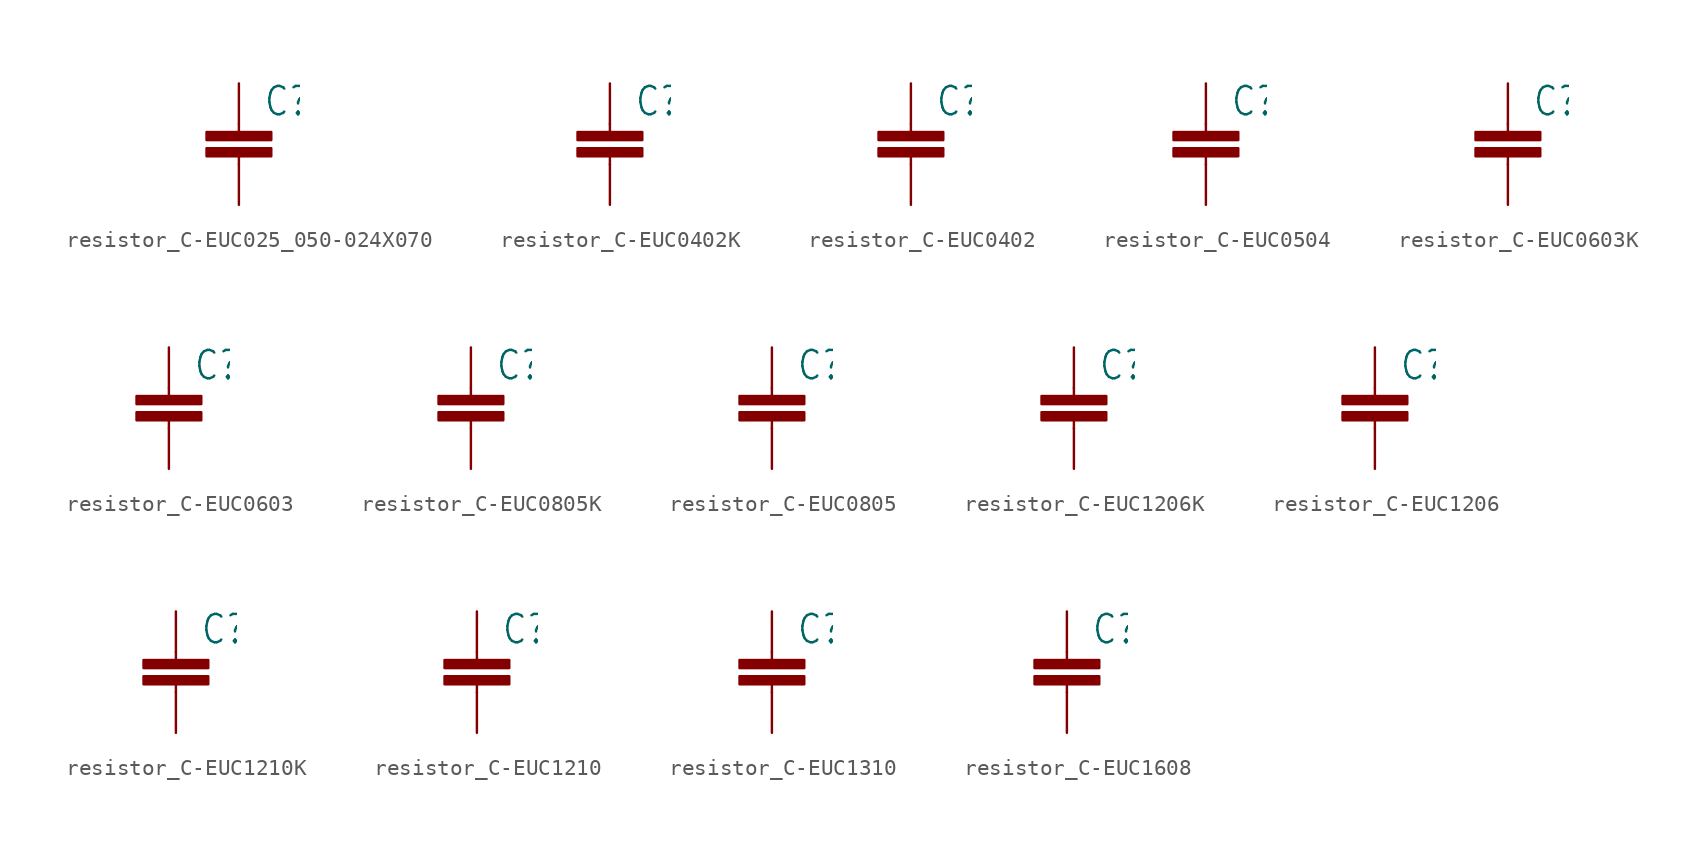
<source format=kicad_sym>
(kicad_symbol_lib
  (version 20241209)
  (generator "kicad_symbol_editor")
  (generator_version "9.0")
  (symbol "resistor_C-EUC025_050-024X070"
    (property "Reference" "C"
      (at 1.524 0.381 0)
      (effects (font (size 1.778 1.511)) (justify left bottom)))
    (property "Value" ""
      (at 1.524 -4.699 0)
      (effects (font (size 1.778 1.511)) (justify left bottom)))
    (property "ki_locked" ""
      (at 0 0 0)
      (effects (font (size 1.27 1.27))))
    (symbol "resistor_C-EUC025_050-024X070_1_0"
      (rectangle (start -2.032 -1.016) (end 2.032 -0.508) (stroke (width 0) (type default)) (fill (type outline)))
      (rectangle (start -2.032 -2.032) (end 2.032 -1.524) (stroke (width 0) (type default)) (fill (type outline)))
      (polyline (pts (xy 0 0) (xy 0 -0.508)) (stroke (width 0.152) (type solid)) (fill (type none)))
      (polyline (pts (xy 0 -2.54) (xy 0 -2.032)) (stroke (width 0.152) (type solid)) (fill (type none)))
      (pin passive line (at 0 2.54 270) (length 2.54) (name "1" (effects (font (size 0 0)))) (number "1" (effects (font (size 0 0)))))
      (pin passive line (at 0 -5.08 90) (length 2.54) (name "2" (effects (font (size 0 0)))) (number "2" (effects (font (size 0 0)))))))
  (symbol "resistor_C-EUC0402K"
    (property "Reference" "C"
      (at 1.524 0.381 0)
      (effects (font (size 1.778 1.511)) (justify left bottom)))
    (property "Value" ""
      (at 1.524 -4.699 0)
      (effects (font (size 1.778 1.511)) (justify left bottom)))
    (property "ki_locked" ""
      (at 0 0 0)
      (effects (font (size 1.27 1.27))))
    (symbol "resistor_C-EUC0402K_1_0"
      (rectangle (start -2.032 -1.016) (end 2.032 -0.508) (stroke (width 0) (type default)) (fill (type outline)))
      (rectangle (start -2.032 -2.032) (end 2.032 -1.524) (stroke (width 0) (type default)) (fill (type outline)))
      (polyline (pts (xy 0 0) (xy 0 -0.508)) (stroke (width 0.152) (type solid)) (fill (type none)))
      (polyline (pts (xy 0 -2.54) (xy 0 -2.032)) (stroke (width 0.152) (type solid)) (fill (type none)))
      (pin passive line (at 0 2.54 270) (length 2.54) (name "1" (effects (font (size 0 0)))) (number "1" (effects (font (size 0 0)))))
      (pin passive line (at 0 -5.08 90) (length 2.54) (name "2" (effects (font (size 0 0)))) (number "2" (effects (font (size 0 0)))))))
  (symbol "resistor_C-EUC0402"
    (property "Reference" "C"
      (at 1.524 0.381 0)
      (effects (font (size 1.778 1.511)) (justify left bottom)))
    (property "Value" ""
      (at 1.524 -4.699 0)
      (effects (font (size 1.778 1.511)) (justify left bottom)))
    (property "ki_locked" ""
      (at 0 0 0)
      (effects (font (size 1.27 1.27))))
    (symbol "resistor_C-EUC0402_1_0"
      (rectangle (start -2.032 -1.016) (end 2.032 -0.508) (stroke (width 0) (type default)) (fill (type outline)))
      (rectangle (start -2.032 -2.032) (end 2.032 -1.524) (stroke (width 0) (type default)) (fill (type outline)))
      (polyline (pts (xy 0 0) (xy 0 -0.508)) (stroke (width 0.152) (type solid)) (fill (type none)))
      (polyline (pts (xy 0 -2.54) (xy 0 -2.032)) (stroke (width 0.152) (type solid)) (fill (type none)))
      (pin passive line (at 0 2.54 270) (length 2.54) (name "1" (effects (font (size 0 0)))) (number "1" (effects (font (size 0 0)))))
      (pin passive line (at 0 -5.08 90) (length 2.54) (name "2" (effects (font (size 0 0)))) (number "2" (effects (font (size 0 0)))))))
  (symbol "resistor_C-EUC0504"
    (property "Reference" "C"
      (at 1.524 0.381 0)
      (effects (font (size 1.778 1.511)) (justify left bottom)))
    (property "Value" ""
      (at 1.524 -4.699 0)
      (effects (font (size 1.778 1.511)) (justify left bottom)))
    (property "ki_locked" ""
      (at 0 0 0)
      (effects (font (size 1.27 1.27))))
    (symbol "resistor_C-EUC0504_1_0"
      (rectangle (start -2.032 -1.016) (end 2.032 -0.508) (stroke (width 0) (type default)) (fill (type outline)))
      (rectangle (start -2.032 -2.032) (end 2.032 -1.524) (stroke (width 0) (type default)) (fill (type outline)))
      (polyline (pts (xy 0 0) (xy 0 -0.508)) (stroke (width 0.152) (type solid)) (fill (type none)))
      (polyline (pts (xy 0 -2.54) (xy 0 -2.032)) (stroke (width 0.152) (type solid)) (fill (type none)))
      (pin passive line (at 0 2.54 270) (length 2.54) (name "1" (effects (font (size 0 0)))) (number "1" (effects (font (size 0 0)))))
      (pin passive line (at 0 -5.08 90) (length 2.54) (name "2" (effects (font (size 0 0)))) (number "2" (effects (font (size 0 0)))))))
  (symbol "resistor_C-EUC0603K"
    (property "Reference" "C"
      (at 1.524 0.381 0)
      (effects (font (size 1.778 1.511)) (justify left bottom)))
    (property "Value" ""
      (at 1.524 -4.699 0)
      (effects (font (size 1.778 1.511)) (justify left bottom)))
    (property "ki_locked" ""
      (at 0 0 0)
      (effects (font (size 1.27 1.27))))
    (symbol "resistor_C-EUC0603K_1_0"
      (rectangle (start -2.032 -1.016) (end 2.032 -0.508) (stroke (width 0) (type default)) (fill (type outline)))
      (rectangle (start -2.032 -2.032) (end 2.032 -1.524) (stroke (width 0) (type default)) (fill (type outline)))
      (polyline (pts (xy 0 0) (xy 0 -0.508)) (stroke (width 0.152) (type solid)) (fill (type none)))
      (polyline (pts (xy 0 -2.54) (xy 0 -2.032)) (stroke (width 0.152) (type solid)) (fill (type none)))
      (pin passive line (at 0 2.54 270) (length 2.54) (name "1" (effects (font (size 0 0)))) (number "1" (effects (font (size 0 0)))))
      (pin passive line (at 0 -5.08 90) (length 2.54) (name "2" (effects (font (size 0 0)))) (number "2" (effects (font (size 0 0)))))))
  (symbol "resistor_C-EUC0603"
    (property "Reference" "C"
      (at 1.524 0.381 0)
      (effects (font (size 1.778 1.511)) (justify left bottom)))
    (property "Value" ""
      (at 1.524 -4.699 0)
      (effects (font (size 1.778 1.511)) (justify left bottom)))
    (property "ki_locked" ""
      (at 0 0 0)
      (effects (font (size 1.27 1.27))))
    (symbol "resistor_C-EUC0603_1_0"
      (rectangle (start -2.032 -1.016) (end 2.032 -0.508) (stroke (width 0) (type default)) (fill (type outline)))
      (rectangle (start -2.032 -2.032) (end 2.032 -1.524) (stroke (width 0) (type default)) (fill (type outline)))
      (polyline (pts (xy 0 0) (xy 0 -0.508)) (stroke (width 0.152) (type solid)) (fill (type none)))
      (polyline (pts (xy 0 -2.54) (xy 0 -2.032)) (stroke (width 0.152) (type solid)) (fill (type none)))
      (pin passive line (at 0 2.54 270) (length 2.54) (name "1" (effects (font (size 0 0)))) (number "1" (effects (font (size 0 0)))))
      (pin passive line (at 0 -5.08 90) (length 2.54) (name "2" (effects (font (size 0 0)))) (number "2" (effects (font (size 0 0)))))))
  (symbol "resistor_C-EUC0805K"
    (property "Reference" "C"
      (at 1.524 0.381 0)
      (effects (font (size 1.778 1.511)) (justify left bottom)))
    (property "Value" ""
      (at 1.524 -4.699 0)
      (effects (font (size 1.778 1.511)) (justify left bottom)))
    (property "ki_locked" ""
      (at 0 0 0)
      (effects (font (size 1.27 1.27))))
    (symbol "resistor_C-EUC0805K_1_0"
      (rectangle (start -2.032 -1.016) (end 2.032 -0.508) (stroke (width 0) (type default)) (fill (type outline)))
      (rectangle (start -2.032 -2.032) (end 2.032 -1.524) (stroke (width 0) (type default)) (fill (type outline)))
      (polyline (pts (xy 0 0) (xy 0 -0.508)) (stroke (width 0.152) (type solid)) (fill (type none)))
      (polyline (pts (xy 0 -2.54) (xy 0 -2.032)) (stroke (width 0.152) (type solid)) (fill (type none)))
      (pin passive line (at 0 2.54 270) (length 2.54) (name "1" (effects (font (size 0 0)))) (number "1" (effects (font (size 0 0)))))
      (pin passive line (at 0 -5.08 90) (length 2.54) (name "2" (effects (font (size 0 0)))) (number "2" (effects (font (size 0 0)))))))
  (symbol "resistor_C-EUC0805"
    (property "Reference" "C"
      (at 1.524 0.381 0)
      (effects (font (size 1.778 1.511)) (justify left bottom)))
    (property "Value" ""
      (at 1.524 -4.699 0)
      (effects (font (size 1.778 1.511)) (justify left bottom)))
    (property "ki_locked" ""
      (at 0 0 0)
      (effects (font (size 1.27 1.27))))
    (symbol "resistor_C-EUC0805_1_0"
      (rectangle (start -2.032 -1.016) (end 2.032 -0.508) (stroke (width 0) (type default)) (fill (type outline)))
      (rectangle (start -2.032 -2.032) (end 2.032 -1.524) (stroke (width 0) (type default)) (fill (type outline)))
      (polyline (pts (xy 0 0) (xy 0 -0.508)) (stroke (width 0.152) (type solid)) (fill (type none)))
      (polyline (pts (xy 0 -2.54) (xy 0 -2.032)) (stroke (width 0.152) (type solid)) (fill (type none)))
      (pin passive line (at 0 2.54 270) (length 2.54) (name "1" (effects (font (size 0 0)))) (number "1" (effects (font (size 0 0)))))
      (pin passive line (at 0 -5.08 90) (length 2.54) (name "2" (effects (font (size 0 0)))) (number "2" (effects (font (size 0 0)))))))
  (symbol "resistor_C-EUC1206K"
    (property "Reference" "C"
      (at 1.524 0.381 0)
      (effects (font (size 1.778 1.511)) (justify left bottom)))
    (property "Value" ""
      (at 1.524 -4.699 0)
      (effects (font (size 1.778 1.511)) (justify left bottom)))
    (property "ki_locked" ""
      (at 0 0 0)
      (effects (font (size 1.27 1.27))))
    (symbol "resistor_C-EUC1206K_1_0"
      (rectangle (start -2.032 -1.016) (end 2.032 -0.508) (stroke (width 0) (type default)) (fill (type outline)))
      (rectangle (start -2.032 -2.032) (end 2.032 -1.524) (stroke (width 0) (type default)) (fill (type outline)))
      (polyline (pts (xy 0 0) (xy 0 -0.508)) (stroke (width 0.152) (type solid)) (fill (type none)))
      (polyline (pts (xy 0 -2.54) (xy 0 -2.032)) (stroke (width 0.152) (type solid)) (fill (type none)))
      (pin passive line (at 0 2.54 270) (length 2.54) (name "1" (effects (font (size 0 0)))) (number "1" (effects (font (size 0 0)))))
      (pin passive line (at 0 -5.08 90) (length 2.54) (name "2" (effects (font (size 0 0)))) (number "2" (effects (font (size 0 0)))))))
  (symbol "resistor_C-EUC1206"
    (property "Reference" "C"
      (at 1.524 0.381 0)
      (effects (font (size 1.778 1.511)) (justify left bottom)))
    (property "Value" ""
      (at 1.524 -4.699 0)
      (effects (font (size 1.778 1.511)) (justify left bottom)))
    (property "ki_locked" ""
      (at 0 0 0)
      (effects (font (size 1.27 1.27))))
    (symbol "resistor_C-EUC1206_1_0"
      (rectangle (start -2.032 -1.016) (end 2.032 -0.508) (stroke (width 0) (type default)) (fill (type outline)))
      (rectangle (start -2.032 -2.032) (end 2.032 -1.524) (stroke (width 0) (type default)) (fill (type outline)))
      (polyline (pts (xy 0 0) (xy 0 -0.508)) (stroke (width 0.152) (type solid)) (fill (type none)))
      (polyline (pts (xy 0 -2.54) (xy 0 -2.032)) (stroke (width 0.152) (type solid)) (fill (type none)))
      (pin passive line (at 0 2.54 270) (length 2.54) (name "1" (effects (font (size 0 0)))) (number "1" (effects (font (size 0 0)))))
      (pin passive line (at 0 -5.08 90) (length 2.54) (name "2" (effects (font (size 0 0)))) (number "2" (effects (font (size 0 0)))))))
  (symbol "resistor_C-EUC1210K"
    (property "Reference" "C"
      (at 1.524 0.381 0)
      (effects (font (size 1.778 1.511)) (justify left bottom)))
    (property "Value" ""
      (at 1.524 -4.699 0)
      (effects (font (size 1.778 1.511)) (justify left bottom)))
    (property "ki_locked" ""
      (at 0 0 0)
      (effects (font (size 1.27 1.27))))
    (symbol "resistor_C-EUC1210K_1_0"
      (rectangle (start -2.032 -1.016) (end 2.032 -0.508) (stroke (width 0) (type default)) (fill (type outline)))
      (rectangle (start -2.032 -2.032) (end 2.032 -1.524) (stroke (width 0) (type default)) (fill (type outline)))
      (polyline (pts (xy 0 0) (xy 0 -0.508)) (stroke (width 0.152) (type solid)) (fill (type none)))
      (polyline (pts (xy 0 -2.54) (xy 0 -2.032)) (stroke (width 0.152) (type solid)) (fill (type none)))
      (pin passive line (at 0 2.54 270) (length 2.54) (name "1" (effects (font (size 0 0)))) (number "1" (effects (font (size 0 0)))))
      (pin passive line (at 0 -5.08 90) (length 2.54) (name "2" (effects (font (size 0 0)))) (number "2" (effects (font (size 0 0)))))))
  (symbol "resistor_C-EUC1210"
    (property "Reference" "C"
      (at 1.524 0.381 0)
      (effects (font (size 1.778 1.511)) (justify left bottom)))
    (property "Value" ""
      (at 1.524 -4.699 0)
      (effects (font (size 1.778 1.511)) (justify left bottom)))
    (property "ki_locked" ""
      (at 0 0 0)
      (effects (font (size 1.27 1.27))))
    (symbol "resistor_C-EUC1210_1_0"
      (rectangle (start -2.032 -1.016) (end 2.032 -0.508) (stroke (width 0) (type default)) (fill (type outline)))
      (rectangle (start -2.032 -2.032) (end 2.032 -1.524) (stroke (width 0) (type default)) (fill (type outline)))
      (polyline (pts (xy 0 0) (xy 0 -0.508)) (stroke (width 0.152) (type solid)) (fill (type none)))
      (polyline (pts (xy 0 -2.54) (xy 0 -2.032)) (stroke (width 0.152) (type solid)) (fill (type none)))
      (pin passive line (at 0 2.54 270) (length 2.54) (name "1" (effects (font (size 0 0)))) (number "1" (effects (font (size 0 0)))))
      (pin passive line (at 0 -5.08 90) (length 2.54) (name "2" (effects (font (size 0 0)))) (number "2" (effects (font (size 0 0)))))))
  (symbol "resistor_C-EUC1310"
    (property "Reference" "C"
      (at 1.524 0.381 0)
      (effects (font (size 1.778 1.511)) (justify left bottom)))
    (property "Value" ""
      (at 1.524 -4.699 0)
      (effects (font (size 1.778 1.511)) (justify left bottom)))
    (property "ki_locked" ""
      (at 0 0 0)
      (effects (font (size 1.27 1.27))))
    (symbol "resistor_C-EUC1310_1_0"
      (rectangle (start -2.032 -1.016) (end 2.032 -0.508) (stroke (width 0) (type default)) (fill (type outline)))
      (rectangle (start -2.032 -2.032) (end 2.032 -1.524) (stroke (width 0) (type default)) (fill (type outline)))
      (polyline (pts (xy 0 0) (xy 0 -0.508)) (stroke (width 0.152) (type solid)) (fill (type none)))
      (polyline (pts (xy 0 -2.54) (xy 0 -2.032)) (stroke (width 0.152) (type solid)) (fill (type none)))
      (pin passive line (at 0 2.54 270) (length 2.54) (name "1" (effects (font (size 0 0)))) (number "1" (effects (font (size 0 0)))))
      (pin passive line (at 0 -5.08 90) (length 2.54) (name "2" (effects (font (size 0 0)))) (number "2" (effects (font (size 0 0)))))))
  (symbol "resistor_C-EUC1608"
    (property "Reference" "C"
      (at 1.524 0.381 0)
      (effects (font (size 1.778 1.511)) (justify left bottom)))
    (property "Value" ""
      (at 1.524 -4.699 0)
      (effects (font (size 1.778 1.511)) (justify left bottom)))
    (property "ki_locked" ""
      (at 0 0 0)
      (effects (font (size 1.27 1.27))))
    (symbol "resistor_C-EUC1608_1_0"
      (rectangle (start -2.032 -1.016) (end 2.032 -0.508) (stroke (width 0) (type default)) (fill (type outline)))
      (rectangle (start -2.032 -2.032) (end 2.032 -1.524) (stroke (width 0) (type default)) (fill (type outline)))
      (polyline (pts (xy 0 0) (xy 0 -0.508)) (stroke (width 0.152) (type solid)) (fill (type none)))
      (polyline (pts (xy 0 -2.54) (xy 0 -2.032)) (stroke (width 0.152) (type solid)) (fill (type none)))
      (pin passive line (at 0 2.54 270) (length 2.54) (name "1" (effects (font (size 0 0)))) (number "1" (effects (font (size 0 0)))))
      (pin passive line (at 0 -5.08 90) (length 2.54) (name "2" (effects (font (size 0 0)))) (number "2" (effects (font (size 0 0))))))))
</source>
